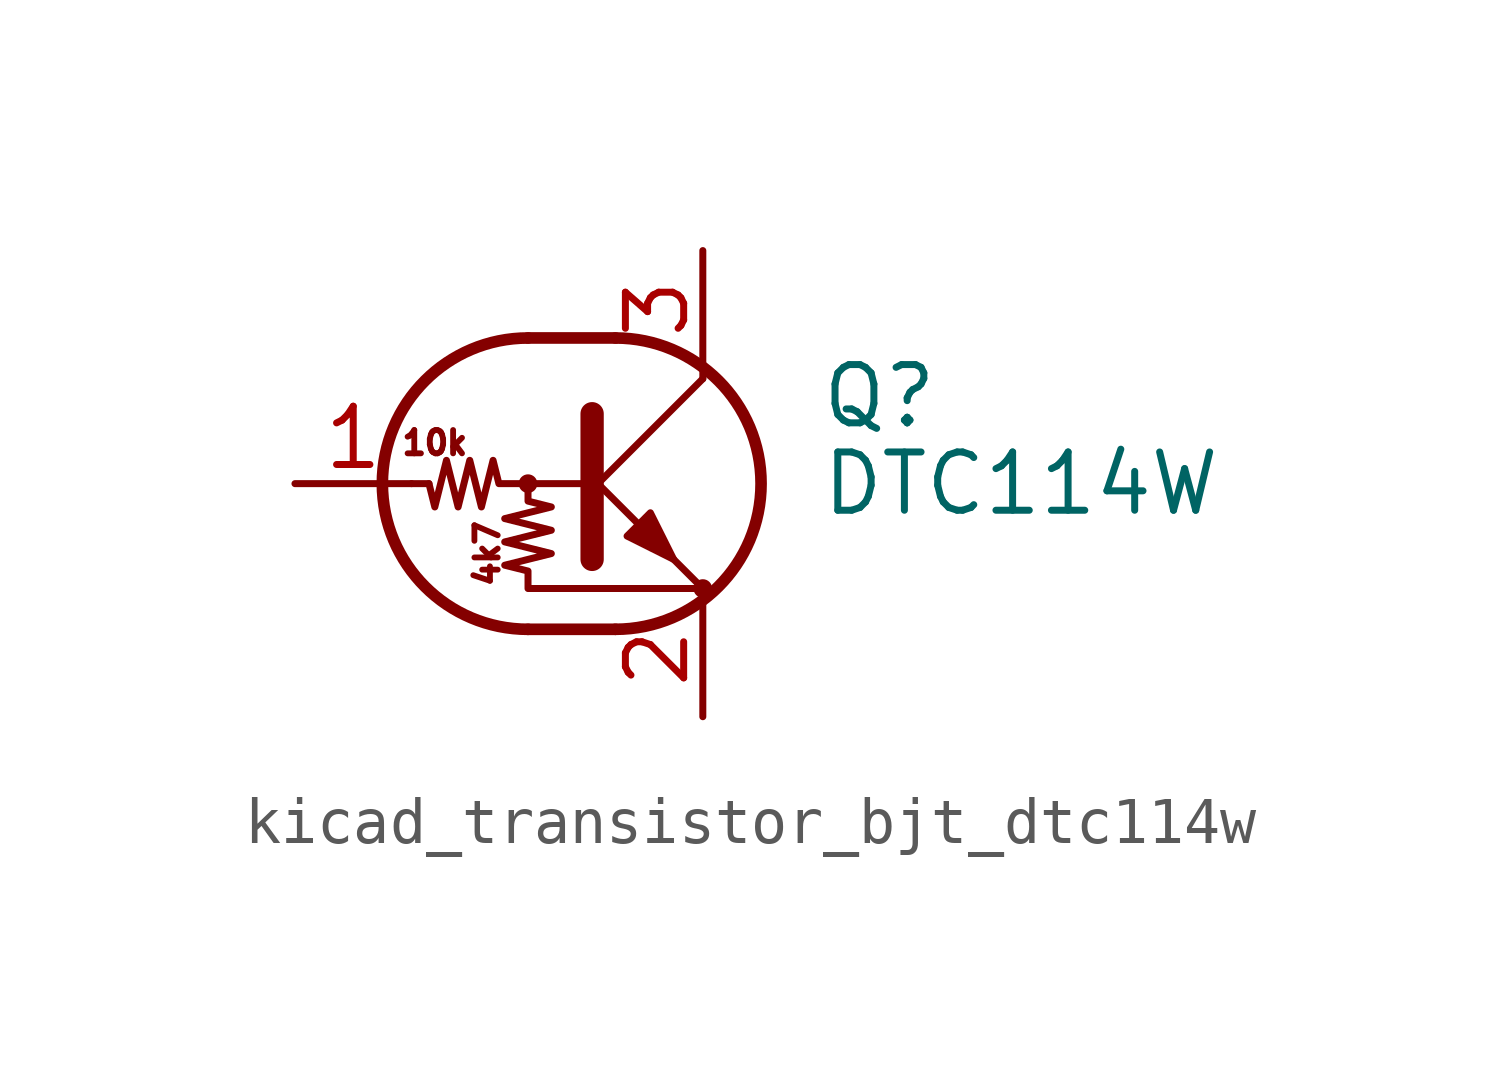
<source format=kicad_sym>
(kicad_symbol_lib
  (version 20220914)
  (generator kicad_symbol_editor)
  (symbol "kicad_transistor_bjt_dtc114w"
    (pin_names
      (offset 0) hide)
    (property "Reference" "Q"
      (at 5.08 1.905 0)
      (effects (font (size 1.27 1.27)) (justify left)))
    (property "Value" "DTC114W"
      (at 5.08 0 0)
      (effects (font (size 1.27 1.27)) (justify left)))
    (symbol "kicad_transistor_bjt_dtc114w_0_0"
      (text "10k" (at -3.302 0.889 0) (effects (font (size 0.508 0.508))))
      (text "4k7" (at -2.159 -1.524 900) (effects (font (size 0.508 0.508)))))
    (symbol "kicad_transistor_bjt_dtc114w_0_1"
      (circle (center -1.27 0) (radius 0.127) (stroke (width 0) (type default)) (fill (type none)))
      (arc (start -1.27 3.175) (mid -4.4312 0) (end -1.27 -3.175) (stroke (width 0.254) (type default)) (fill (type none)))
      (polyline (pts (xy -3.429 0) (xy -3.81 0)) (stroke (width 0) (type default)) (fill (type none)))
      (polyline (pts (xy -1.27 -3.175) (xy 0.635 -3.175)) (stroke (width 0.254) (type default)) (fill (type none)))
      (polyline (pts (xy -1.27 3.175) (xy 0.635 3.175)) (stroke (width 0.254) (type default)) (fill (type none)))
      (polyline (pts (xy 0 -0.254) (xy 2.54 2.286)) (stroke (width 0) (type default)) (fill (type none)))
      (polyline (pts (xy 0.127 1.524) (xy 0.127 -1.651)) (stroke (width 0.508) (type default)) (fill (type outline)))
      (polyline (pts (xy 2.54 2.286) (xy 2.54 2.54)) (stroke (width 0) (type default)) (fill (type none)))
      (polyline (pts (xy 2.54 -2.286) (xy 0 0.254) (xy 0 0.254)) (stroke (width 0) (type default)) (fill (type none)))
      (polyline (pts (xy 0.889 -1.143) (xy 1.397 -0.635) (xy 1.905 -1.651) (xy 0.889 -1.143)) (stroke (width 0) (type default)) (fill (type outline)))
      (polyline (pts (xy 0 0) (xy -1.905 0) (xy -2.032 0.508) (xy -2.286 -0.508) (xy -2.54 0.508) (xy -2.794 -0.508) (xy -3.048 0.508) (xy -3.302 -0.508) (xy -3.429 0)) (stroke (width 0) (type default)) (fill (type none)))
      (polyline (pts (xy -1.27 0) (xy -1.27 -0.381) (xy -0.762 -0.508) (xy -1.778 -0.762) (xy -0.762 -1.016) (xy -1.778 -1.27) (xy -0.762 -1.524) (xy -1.778 -1.778) (xy -1.27 -1.905) (xy -1.27 -2.286) (xy 2.54 -2.286)) (stroke (width 0) (type default)) (fill (type none)))
      (arc (start 0.635 -3.175) (mid 3.7962 0) (end 0.635 3.175) (stroke (width 0.254) (type default)) (fill (type none)))
      (circle (center 2.54 -2.286) (radius 0.127) (stroke (width 0) (type default)) (fill (type none))))
    (symbol "kicad_transistor_bjt_dtc114w_1_1"
      (pin input line (at -6.35 0 0) (length 2.54) (name "B" (effects (font (size 1.27 1.27)))) (number "1" (effects (font (size 1.27 1.27)))))
      (pin passive line (at 2.54 -5.08 90) (length 2.54) (name "E" (effects (font (size 1.27 1.27)))) (number "2" (effects (font (size 1.27 1.27)))))
      (pin passive line (at 2.54 5.08 270) (length 2.54) (name "C" (effects (font (size 1.27 1.27)))) (number "3" (effects (font (size 1.27 1.27))))))))
</source>
